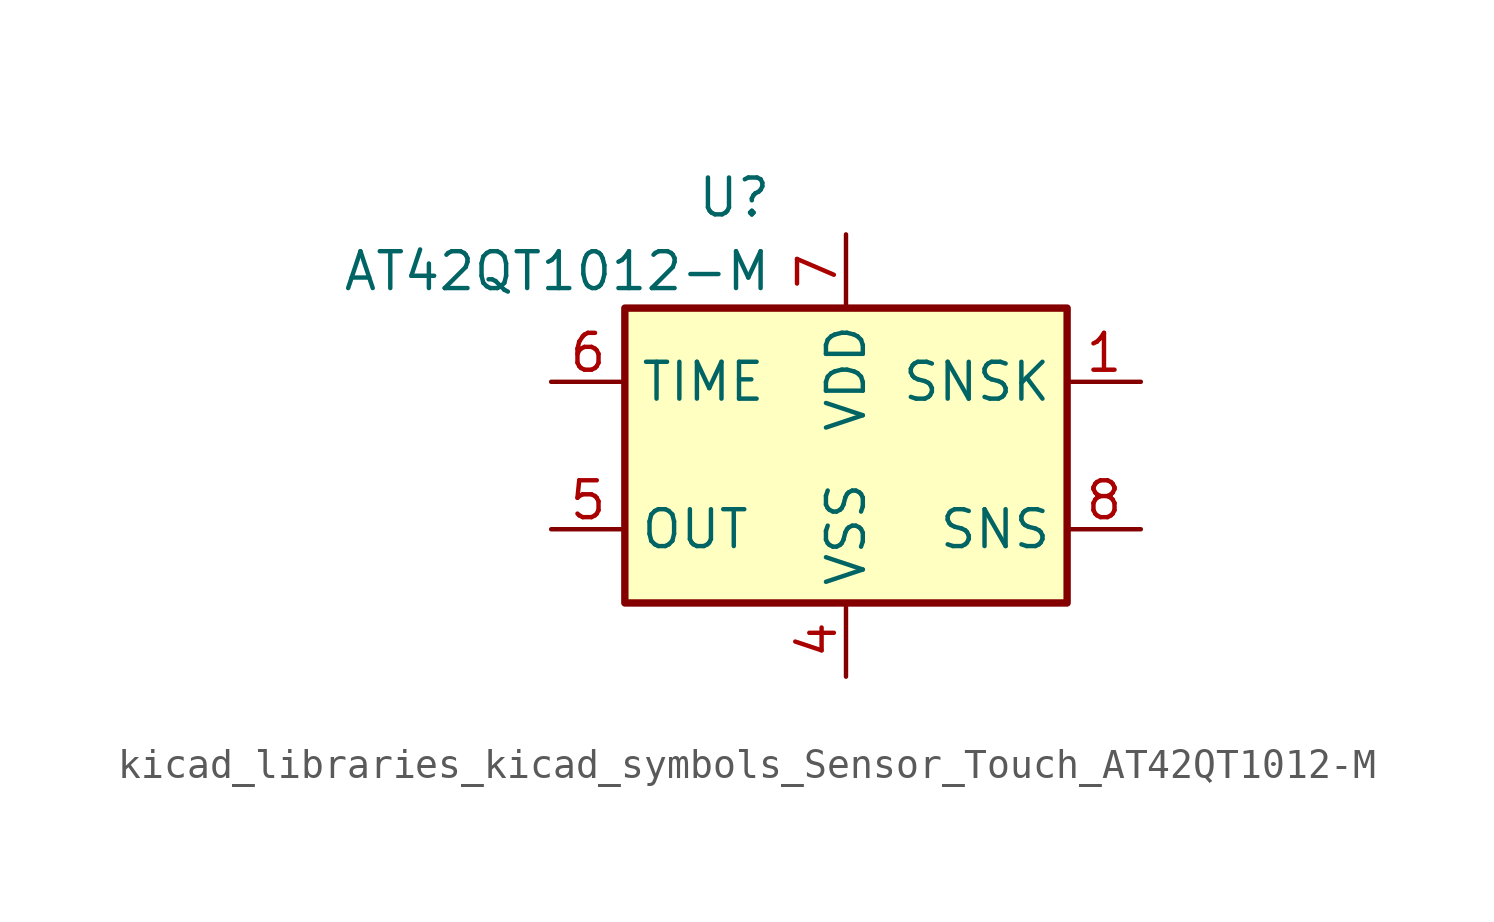
<source format=kicad_sym>
(kicad_symbol_lib
  (version 20220914)
  (generator kicad_symbol_editor)
  (symbol "kicad_libraries_kicad_symbols_Sensor_Touch_AT42QT1012-M"
    (property "Reference" "U"
      (at -2.54 8.89 0)
      (effects (font (size 1.27 1.27)) (justify right)))
    (property "Value" "AT42QT1012-M"
      (at -2.54 6.35 0)
      (effects (font (size 1.27 1.27)) (justify right)))
    (symbol "kicad_libraries_kicad_symbols_Sensor_Touch_AT42QT1012-M_0_1"
      (rectangle (start -7.62 5.08) (end 7.62 -5.08) (stroke (width 0.254) (type default)) (fill (type background))))
    (symbol "kicad_libraries_kicad_symbols_Sensor_Touch_AT42QT1012-M_1_1"
      (pin passive line (at 10.16 2.54 180) (length 2.54) (name "SNSK" (effects (font (size 1.27 1.27)))) (number "1" (effects (font (size 1.27 1.27)))))
      (pin no_connect line (at -7.62 0 0) (length 2.54) hide (name "NC" (effects (font (size 1.27 1.27)))) (number "2" (effects (font (size 1.27 1.27)))))
      (pin no_connect line (at 7.62 0 180) (length 2.54) hide (name "NC" (effects (font (size 1.27 1.27)))) (number "3" (effects (font (size 1.27 1.27)))))
      (pin power_in line (at 0 -7.62 90) (length 2.54) (name "VSS" (effects (font (size 1.27 1.27)))) (number "4" (effects (font (size 1.27 1.27)))))
      (pin output line (at -10.16 -2.54 0) (length 2.54) (name "OUT" (effects (font (size 1.27 1.27)))) (number "5" (effects (font (size 1.27 1.27)))))
      (pin input line (at -10.16 2.54 0) (length 2.54) (name "TIME" (effects (font (size 1.27 1.27)))) (number "6" (effects (font (size 1.27 1.27)))))
      (pin power_in line (at 0 7.62 270) (length 2.54) (name "VDD" (effects (font (size 1.27 1.27)))) (number "7" (effects (font (size 1.27 1.27)))))
      (pin passive line (at 10.16 -2.54 180) (length 2.54) (name "SNS" (effects (font (size 1.27 1.27)))) (number "8" (effects (font (size 1.27 1.27)))))
      (pin passive line (at 0 -7.62 90) (length 2.54) hide (name "VSS" (effects (font (size 1.27 1.27)))) (number "9" (effects (font (size 1.27 1.27))))))))
</source>
